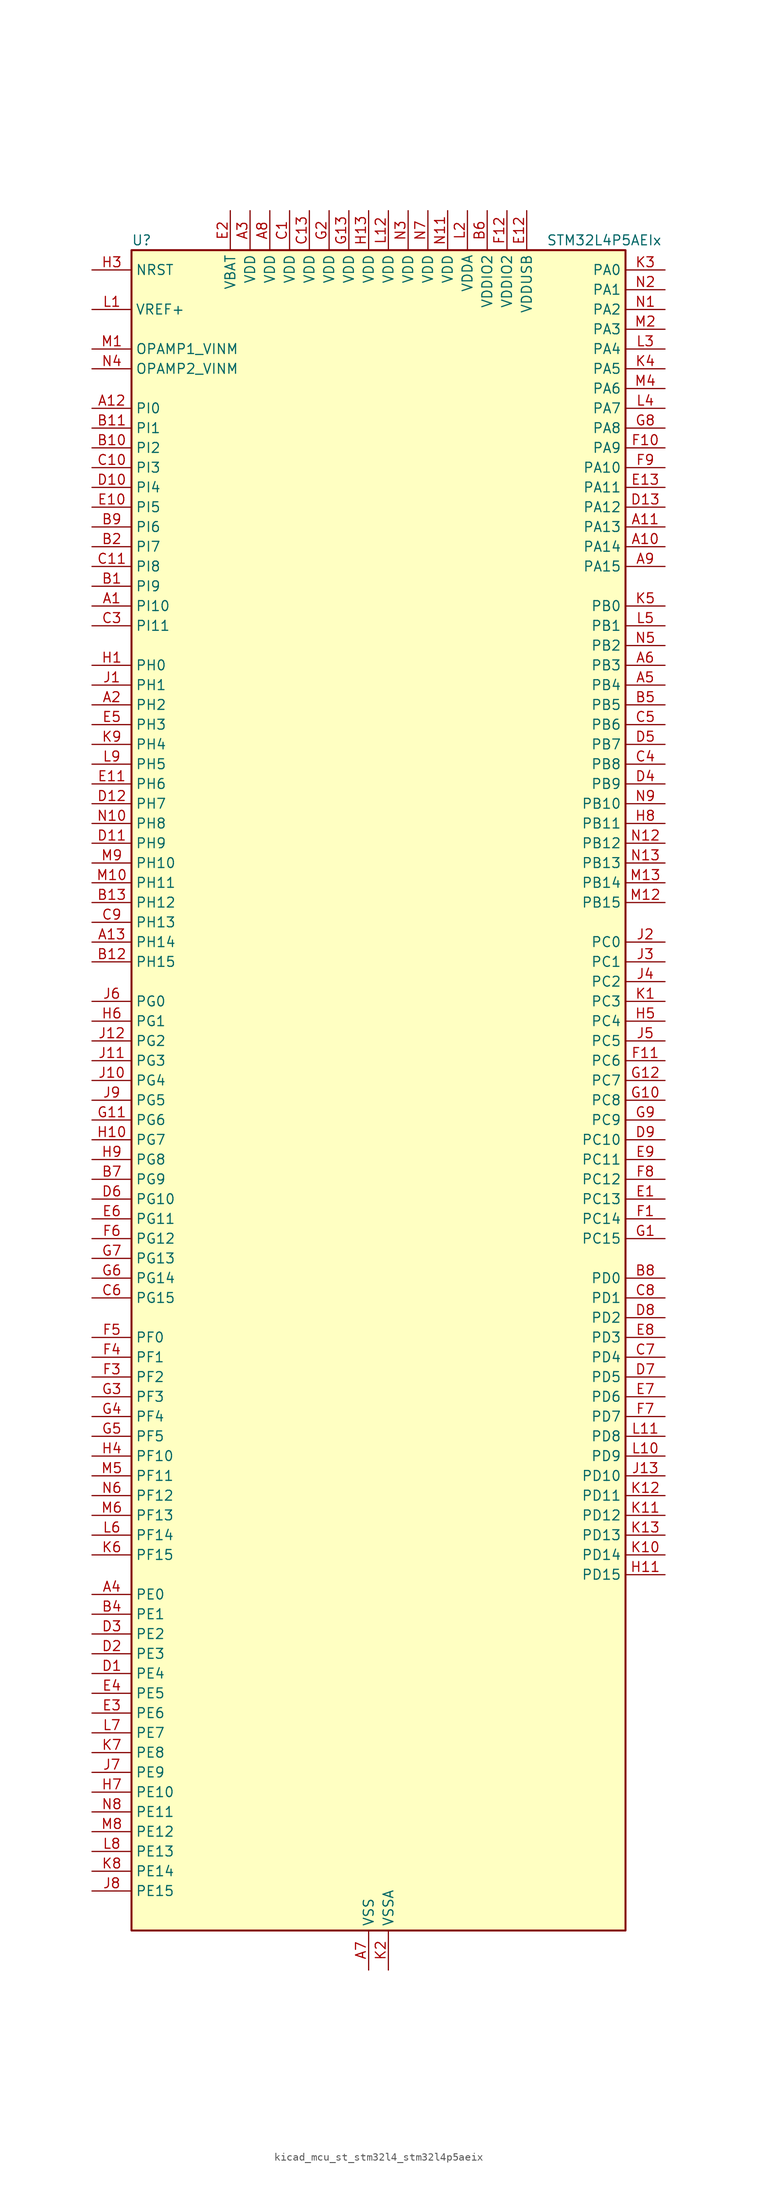
<source format=kicad_sym>
(kicad_symbol_lib
  (version 20220914)
  (generator kicad_symbol_editor)
  (symbol "kicad_mcu_st_stm32l4_stm32l4p5aeix"
    (property "Reference" "U"
      (at -30.48 110.49 0)
      (effects (font (size 1.27 1.27)) (justify left)))
    (property "Value" "STM32L4P5AEIx"
      (at 22.86 110.49 0)
      (effects (font (size 1.27 1.27)) (justify left)))
    (property "ki_locked" ""
      (at 0 0 0)
      (effects (font (size 1.27 1.27))))
    (symbol "kicad_mcu_st_stm32l4_stm32l4p5aeix_0_1"
      (rectangle (start -30.48 -106.68) (end 33.02 109.22) (stroke (width 0.254) (type default)) (fill (type background))))
    (symbol "kicad_mcu_st_stm32l4_stm32l4p5aeix_1_1"
      (pin bidirectional line (at -35.56 63.5 0) (length 5.08) (name "PI10" (effects (font (size 1.27 1.27)))) (number "A1" (effects (font (size 1.27 1.27)))) (alternate "OCTOSPIM_P2_IO1" bidirectional line) (alternate "PSSI_D14" bidirectional line))
      (pin bidirectional line (at 38.1 71.12 180) (length 5.08) (name "PA14" (effects (font (size 1.27 1.27)))) (number "A10" (effects (font (size 1.27 1.27)))) (alternate "I2C1_SMBA" bidirectional line) (alternate "I2C4_SMBA" bidirectional line) (alternate "LPTIM1_OUT" bidirectional line) (alternate "SAI1_FS_B" bidirectional line) (alternate "SYS_JTCK-SWCLK" bidirectional line) (alternate "USB_OTG_FS_SOF" bidirectional line))
      (pin bidirectional line (at 38.1 73.66 180) (length 5.08) (name "PA13" (effects (font (size 1.27 1.27)))) (number "A11" (effects (font (size 1.27 1.27)))) (alternate "IR_OUT" bidirectional line) (alternate "SAI1_SD_B" bidirectional line) (alternate "SYS_JTMS-SWDIO" bidirectional line) (alternate "USB_OTG_FS_NOE" bidirectional line))
      (pin bidirectional line (at -35.56 88.9 0) (length 5.08) (name "PI0" (effects (font (size 1.27 1.27)))) (number "A12" (effects (font (size 1.27 1.27)))) (alternate "DCMI_D13" bidirectional line) (alternate "OCTOSPIM_P1_IO5" bidirectional line) (alternate "PSSI_D13" bidirectional line) (alternate "SPI2_NSS" bidirectional line) (alternate "TIM5_CH4" bidirectional line))
      (pin bidirectional line (at -35.56 20.32 0) (length 5.08) (name "PH14" (effects (font (size 1.27 1.27)))) (number "A13" (effects (font (size 1.27 1.27)))) (alternate "DCMI_D4" bidirectional line) (alternate "PSSI_D4" bidirectional line) (alternate "TIM8_CH2N" bidirectional line))
      (pin bidirectional line (at -35.56 50.8 0) (length 5.08) (name "PH2" (effects (font (size 1.27 1.27)))) (number "A2" (effects (font (size 1.27 1.27)))) (alternate "OCTOSPIM_P1_IO4" bidirectional line))
      (pin power_in line (at -15.24 114.3 270) (length 5.08) (name "VDD" (effects (font (size 1.27 1.27)))) (number "A3" (effects (font (size 1.27 1.27)))))
      (pin bidirectional line (at -35.56 -63.5 0) (length 5.08) (name "PE0" (effects (font (size 1.27 1.27)))) (number "A4" (effects (font (size 1.27 1.27)))) (alternate "DCMI_D2" bidirectional line) (alternate "FMC_NBL0" bidirectional line) (alternate "LTDC_HSYNC" bidirectional line) (alternate "PSSI_D2" bidirectional line) (alternate "TIM16_CH1" bidirectional line) (alternate "TIM4_ETR" bidirectional line))
      (pin bidirectional line (at 38.1 53.34 180) (length 5.08) (name "PB4" (effects (font (size 1.27 1.27)))) (number "A5" (effects (font (size 1.27 1.27)))) (alternate "COMP2_INP" bidirectional line) (alternate "DCMI_D12" bidirectional line) (alternate "I2C3_SDA" bidirectional line) (alternate "OCTOSPIM_P1_IO5" bidirectional line) (alternate "PSSI_D12" bidirectional line) (alternate "SAI1_MCLK_B" bidirectional line) (alternate "SDMMC2_D3" bidirectional line) (alternate "SPI1_MISO" bidirectional line) (alternate "SPI3_MISO" bidirectional line) (alternate "SYS_JTRST" bidirectional line) (alternate "TIM17_BKIN" bidirectional line) (alternate "TIM3_CH1" bidirectional line) (alternate "TSC_G2_IO1" bidirectional line) (alternate "UART5_DE" bidirectional line) (alternate "UART5_RTS" bidirectional line) (alternate "USART1_CTS" bidirectional line) (alternate "USART1_NSS" bidirectional line))
      (pin bidirectional line (at 38.1 55.88 180) (length 5.08) (name "PB3" (effects (font (size 1.27 1.27)))) (number "A6" (effects (font (size 1.27 1.27)))) (alternate "COMP2_INM" bidirectional line) (alternate "CRS_SYNC" bidirectional line) (alternate "OCTOSPIM_P1_IO4" bidirectional line) (alternate "SAI1_SCK_B" bidirectional line) (alternate "SDMMC2_D2" bidirectional line) (alternate "SPI1_SCK" bidirectional line) (alternate "SPI3_SCK" bidirectional line) (alternate "SYS_JTDO-SWO" bidirectional line) (alternate "TIM2_CH2" bidirectional line) (alternate "USART1_DE" bidirectional line) (alternate "USART1_RTS" bidirectional line))
      (pin power_in line (at 0 -111.76 90) (length 5.08) (name "VSS" (effects (font (size 1.27 1.27)))) (number "A7" (effects (font (size 1.27 1.27)))))
      (pin power_in line (at -12.7 114.3 270) (length 5.08) (name "VDD" (effects (font (size 1.27 1.27)))) (number "A8" (effects (font (size 1.27 1.27)))))
      (pin bidirectional line (at 38.1 68.58 180) (length 5.08) (name "PA15" (effects (font (size 1.27 1.27)))) (number "A9" (effects (font (size 1.27 1.27)))) (alternate "ADC1_EXTI15" bidirectional line) (alternate "ADC2_EXTI15" bidirectional line) (alternate "LTDC_HSYNC" bidirectional line) (alternate "SAI2_FS_B" bidirectional line) (alternate "SPI1_NSS" bidirectional line) (alternate "SPI3_NSS" bidirectional line) (alternate "SYS_JTDI" bidirectional line) (alternate "TIM2_CH1" bidirectional line) (alternate "TIM2_ETR" bidirectional line) (alternate "TSC_G3_IO1" bidirectional line) (alternate "UART4_DE" bidirectional line) (alternate "UART4_RTS" bidirectional line) (alternate "USART2_RX" bidirectional line) (alternate "USART3_DE" bidirectional line) (alternate "USART3_RTS" bidirectional line))
      (pin bidirectional line (at -35.56 66.04 0) (length 5.08) (name "PI9" (effects (font (size 1.27 1.27)))) (number "B1" (effects (font (size 1.27 1.27)))) (alternate "CAN1_RX" bidirectional line) (alternate "DAC1_EXTI9" bidirectional line) (alternate "OCTOSPIM_P2_IO2" bidirectional line))
      (pin bidirectional line (at -35.56 83.82 0) (length 5.08) (name "PI2" (effects (font (size 1.27 1.27)))) (number "B10" (effects (font (size 1.27 1.27)))) (alternate "DCMI_D9" bidirectional line) (alternate "PSSI_D9" bidirectional line) (alternate "SPI2_MISO" bidirectional line) (alternate "TIM8_CH4" bidirectional line))
      (pin bidirectional line (at -35.56 86.36 0) (length 5.08) (name "PI1" (effects (font (size 1.27 1.27)))) (number "B11" (effects (font (size 1.27 1.27)))) (alternate "DCMI_D8" bidirectional line) (alternate "PSSI_D8" bidirectional line) (alternate "SPI2_SCK" bidirectional line))
      (pin bidirectional line (at -35.56 17.78 0) (length 5.08) (name "PH15" (effects (font (size 1.27 1.27)))) (number "B12" (effects (font (size 1.27 1.27)))) (alternate "ADC1_EXTI15" bidirectional line) (alternate "ADC2_EXTI15" bidirectional line) (alternate "DCMI_D11" bidirectional line) (alternate "OCTOSPIM_P2_IO6" bidirectional line) (alternate "PSSI_D11" bidirectional line) (alternate "TIM8_CH3N" bidirectional line))
      (pin bidirectional line (at -35.56 25.4 0) (length 5.08) (name "PH12" (effects (font (size 1.27 1.27)))) (number "B13" (effects (font (size 1.27 1.27)))) (alternate "DCMI_D3" bidirectional line) (alternate "OCTOSPIM_P2_IO7" bidirectional line) (alternate "PSSI_D3" bidirectional line) (alternate "TIM5_CH3" bidirectional line))
      (pin bidirectional line (at -35.56 71.12 0) (length 5.08) (name "PI7" (effects (font (size 1.27 1.27)))) (number "B2" (effects (font (size 1.27 1.27)))) (alternate "DCMI_D7" bidirectional line) (alternate "OCTOSPIM_P2_NCLK" bidirectional line) (alternate "PSSI_D7" bidirectional line) (alternate "TIM8_CH3" bidirectional line))
      (pin passive line (at 0 -111.76 90) (length 5.08) hide (name "VSS" (effects (font (size 1.27 1.27)))) (number "B3" (effects (font (size 1.27 1.27)))))
      (pin bidirectional line (at -35.56 -66.04 0) (length 5.08) (name "PE1" (effects (font (size 1.27 1.27)))) (number "B4" (effects (font (size 1.27 1.27)))) (alternate "DCMI_D3" bidirectional line) (alternate "FMC_NBL1" bidirectional line) (alternate "LTDC_VSYNC" bidirectional line) (alternate "PSSI_D3" bidirectional line) (alternate "TIM17_CH1" bidirectional line))
      (pin bidirectional line (at 38.1 50.8 180) (length 5.08) (name "PB5" (effects (font (size 1.27 1.27)))) (number "B5" (effects (font (size 1.27 1.27)))) (alternate "COMP2_OUT" bidirectional line) (alternate "DCMI_D10" bidirectional line) (alternate "I2C1_SMBA" bidirectional line) (alternate "LPTIM1_IN1" bidirectional line) (alternate "OCTOSPIM_P1_IO0" bidirectional line) (alternate "PSSI_D10" bidirectional line) (alternate "SAI1_SD_B" bidirectional line) (alternate "SPI1_MOSI" bidirectional line) (alternate "SPI3_MOSI" bidirectional line) (alternate "TIM16_BKIN" bidirectional line) (alternate "TIM3_CH2" bidirectional line) (alternate "TSC_G2_IO2" bidirectional line) (alternate "UART5_CTS" bidirectional line) (alternate "USART1_CK" bidirectional line))
      (pin power_in line (at 15.24 114.3 270) (length 5.08) (name "VDDIO2" (effects (font (size 1.27 1.27)))) (number "B6" (effects (font (size 1.27 1.27)))))
      (pin bidirectional line (at -35.56 -10.16 0) (length 5.08) (name "PG9" (effects (font (size 1.27 1.27)))) (number "B7" (effects (font (size 1.27 1.27)))) (alternate "DAC1_EXTI9" bidirectional line) (alternate "FMC_NCE" bidirectional line) (alternate "FMC_NE2" bidirectional line) (alternate "OCTOSPIM_P2_IO6" bidirectional line) (alternate "SAI2_SCK_A" bidirectional line) (alternate "SDMMC2_D0" bidirectional line) (alternate "SPI3_SCK" bidirectional line) (alternate "TIM15_CH1N" bidirectional line) (alternate "USART1_TX" bidirectional line))
      (pin bidirectional line (at 38.1 -22.86 180) (length 5.08) (name "PD0" (effects (font (size 1.27 1.27)))) (number "B8" (effects (font (size 1.27 1.27)))) (alternate "CAN1_RX" bidirectional line) (alternate "FMC_D2" bidirectional line) (alternate "FMC_DA2" bidirectional line) (alternate "LTDC_B4" bidirectional line) (alternate "SPI2_NSS" bidirectional line))
      (pin bidirectional line (at -35.56 73.66 0) (length 5.08) (name "PI6" (effects (font (size 1.27 1.27)))) (number "B9" (effects (font (size 1.27 1.27)))) (alternate "DCMI_D6" bidirectional line) (alternate "OCTOSPIM_P2_CLK" bidirectional line) (alternate "PSSI_D6" bidirectional line) (alternate "TIM8_CH2" bidirectional line))
      (pin power_in line (at -10.16 114.3 270) (length 5.08) (name "VDD" (effects (font (size 1.27 1.27)))) (number "C1" (effects (font (size 1.27 1.27)))))
      (pin bidirectional line (at -35.56 81.28 0) (length 5.08) (name "PI3" (effects (font (size 1.27 1.27)))) (number "C10" (effects (font (size 1.27 1.27)))) (alternate "DCMI_D10" bidirectional line) (alternate "PSSI_D10" bidirectional line) (alternate "SPI2_MOSI" bidirectional line) (alternate "TIM8_ETR" bidirectional line))
      (pin bidirectional line (at -35.56 68.58 0) (length 5.08) (name "PI8" (effects (font (size 1.27 1.27)))) (number "C11" (effects (font (size 1.27 1.27)))) (alternate "DCMI_D12" bidirectional line) (alternate "OCTOSPIM_P2_NCS" bidirectional line) (alternate "PSSI_D12" bidirectional line))
      (pin passive line (at 0 -111.76 90) (length 5.08) hide (name "VSS" (effects (font (size 1.27 1.27)))) (number "C12" (effects (font (size 1.27 1.27)))))
      (pin power_in line (at -7.62 114.3 270) (length 5.08) (name "VDD" (effects (font (size 1.27 1.27)))) (number "C13" (effects (font (size 1.27 1.27)))))
      (pin passive line (at 0 -111.76 90) (length 5.08) hide (name "VSS" (effects (font (size 1.27 1.27)))) (number "C2" (effects (font (size 1.27 1.27)))))
      (pin bidirectional line (at -35.56 60.96 0) (length 5.08) (name "PI11" (effects (font (size 1.27 1.27)))) (number "C3" (effects (font (size 1.27 1.27)))) (alternate "ADC1_EXTI11" bidirectional line) (alternate "ADC2_EXTI11" bidirectional line) (alternate "OCTOSPIM_P2_IO0" bidirectional line) (alternate "PSSI_D15" bidirectional line))
      (pin bidirectional line (at 38.1 43.18 180) (length 5.08) (name "PB8" (effects (font (size 1.27 1.27)))) (number "C4" (effects (font (size 1.27 1.27)))) (alternate "CAN1_RX" bidirectional line) (alternate "DCMI_D6" bidirectional line) (alternate "DFSDM1_CKOUT" bidirectional line) (alternate "I2C1_SCL" bidirectional line) (alternate "LTDC_DE" bidirectional line) (alternate "PSSI_D6" bidirectional line) (alternate "SAI1_CK1" bidirectional line) (alternate "SAI1_MCLK_A" bidirectional line) (alternate "SDMMC1_CKIN" bidirectional line) (alternate "SDMMC1_D4" bidirectional line) (alternate "SDMMC2_D4" bidirectional line) (alternate "TIM16_CH1" bidirectional line) (alternate "TIM4_CH3" bidirectional line))
      (pin bidirectional line (at 38.1 48.26 180) (length 5.08) (name "PB6" (effects (font (size 1.27 1.27)))) (number "C5" (effects (font (size 1.27 1.27)))) (alternate "COMP2_INP" bidirectional line) (alternate "DCMI_D5" bidirectional line) (alternate "I2C1_SCL" bidirectional line) (alternate "I2C4_SCL" bidirectional line) (alternate "LPTIM1_ETR" bidirectional line) (alternate "LTDC_R6" bidirectional line) (alternate "PSSI_D5" bidirectional line) (alternate "SAI1_FS_B" bidirectional line) (alternate "TIM16_CH1N" bidirectional line) (alternate "TIM4_CH1" bidirectional line) (alternate "TIM8_BKIN2" bidirectional line) (alternate "TSC_G2_IO3" bidirectional line) (alternate "USART1_TX" bidirectional line))
      (pin bidirectional line (at -35.56 -25.4 0) (length 5.08) (name "PG15" (effects (font (size 1.27 1.27)))) (number "C6" (effects (font (size 1.27 1.27)))) (alternate "ADC1_EXTI15" bidirectional line) (alternate "ADC2_EXTI15" bidirectional line) (alternate "DCMI_D13" bidirectional line) (alternate "I2C1_SMBA" bidirectional line) (alternate "LPTIM1_OUT" bidirectional line) (alternate "OCTOSPIM_P2_DQS" bidirectional line) (alternate "PSSI_D13" bidirectional line))
      (pin bidirectional line (at 38.1 -33.02 180) (length 5.08) (name "PD4" (effects (font (size 1.27 1.27)))) (number "C7" (effects (font (size 1.27 1.27)))) (alternate "DFSDM1_CKIN0" bidirectional line) (alternate "FMC_NOE" bidirectional line) (alternate "OCTOSPIM_P1_IO4" bidirectional line) (alternate "SDMMC2_CKIN" bidirectional line) (alternate "SPI2_MOSI" bidirectional line) (alternate "USART2_DE" bidirectional line) (alternate "USART2_RTS" bidirectional line))
      (pin bidirectional line (at 38.1 -25.4 180) (length 5.08) (name "PD1" (effects (font (size 1.27 1.27)))) (number "C8" (effects (font (size 1.27 1.27)))) (alternate "CAN1_TX" bidirectional line) (alternate "FMC_D3" bidirectional line) (alternate "FMC_DA3" bidirectional line) (alternate "LTDC_B5" bidirectional line) (alternate "SPI2_SCK" bidirectional line))
      (pin bidirectional line (at -35.56 22.86 0) (length 5.08) (name "PH13" (effects (font (size 1.27 1.27)))) (number "C9" (effects (font (size 1.27 1.27)))) (alternate "CAN1_TX" bidirectional line) (alternate "TIM8_CH1N" bidirectional line))
      (pin bidirectional line (at -35.56 -73.66 0) (length 5.08) (name "PE4" (effects (font (size 1.27 1.27)))) (number "D1" (effects (font (size 1.27 1.27)))) (alternate "DCMI_D4" bidirectional line) (alternate "DFSDM1_DATIN3" bidirectional line) (alternate "FMC_A20" bidirectional line) (alternate "LTDC_B7" bidirectional line) (alternate "PSSI_D4" bidirectional line) (alternate "SAI1_D2" bidirectional line) (alternate "SAI1_FS_A" bidirectional line) (alternate "SYS_TRACED1" bidirectional line) (alternate "TIM3_CH2" bidirectional line) (alternate "TSC_G7_IO3" bidirectional line))
      (pin bidirectional line (at -35.56 78.74 0) (length 5.08) (name "PI4" (effects (font (size 1.27 1.27)))) (number "D10" (effects (font (size 1.27 1.27)))) (alternate "DCMI_D5" bidirectional line) (alternate "PSSI_D5" bidirectional line) (alternate "TIM8_BKIN" bidirectional line))
      (pin bidirectional line (at -35.56 33.02 0) (length 5.08) (name "PH9" (effects (font (size 1.27 1.27)))) (number "D11" (effects (font (size 1.27 1.27)))) (alternate "DAC1_EXTI9" bidirectional line) (alternate "DCMI_D0" bidirectional line) (alternate "I2C3_SMBA" bidirectional line) (alternate "OCTOSPIM_P2_IO4" bidirectional line) (alternate "PSSI_D0" bidirectional line))
      (pin bidirectional line (at -35.56 38.1 0) (length 5.08) (name "PH7" (effects (font (size 1.27 1.27)))) (number "D12" (effects (font (size 1.27 1.27)))) (alternate "DCMI_D9" bidirectional line) (alternate "I2C3_SCL" bidirectional line) (alternate "OCTOSPIM_P2_NCLK" bidirectional line) (alternate "PSSI_D9" bidirectional line))
      (pin bidirectional line (at 38.1 76.2 180) (length 5.08) (name "PA12" (effects (font (size 1.27 1.27)))) (number "D13" (effects (font (size 1.27 1.27)))) (alternate "CAN1_TX" bidirectional line) (alternate "LTDC_VSYNC" bidirectional line) (alternate "OCTOSPIM_P2_NCS" bidirectional line) (alternate "SPI1_MOSI" bidirectional line) (alternate "TIM1_ETR" bidirectional line) (alternate "USART1_DE" bidirectional line) (alternate "USART1_RTS" bidirectional line) (alternate "USB_OTG_FS_DP" bidirectional line))
      (pin bidirectional line (at -35.56 -71.12 0) (length 5.08) (name "PE3" (effects (font (size 1.27 1.27)))) (number "D2" (effects (font (size 1.27 1.27)))) (alternate "FMC_A19" bidirectional line) (alternate "LTDC_R6" bidirectional line) (alternate "OCTOSPIM_P1_DQS" bidirectional line) (alternate "SAI1_SD_B" bidirectional line) (alternate "SYS_TRACED0" bidirectional line) (alternate "TIM3_CH1" bidirectional line) (alternate "TSC_G7_IO2" bidirectional line))
      (pin bidirectional line (at -35.56 -68.58 0) (length 5.08) (name "PE2" (effects (font (size 1.27 1.27)))) (number "D3" (effects (font (size 1.27 1.27)))) (alternate "FMC_A23" bidirectional line) (alternate "LTDC_R7" bidirectional line) (alternate "SAI1_CK1" bidirectional line) (alternate "SAI1_MCLK_A" bidirectional line) (alternate "SYS_TRACECLK" bidirectional line) (alternate "TIM3_ETR" bidirectional line) (alternate "TSC_G7_IO1" bidirectional line))
      (pin bidirectional line (at 38.1 40.64 180) (length 5.08) (name "PB9" (effects (font (size 1.27 1.27)))) (number "D4" (effects (font (size 1.27 1.27)))) (alternate "CAN1_TX" bidirectional line) (alternate "DAC1_EXTI9" bidirectional line) (alternate "DCMI_D7" bidirectional line) (alternate "I2C1_SDA" bidirectional line) (alternate "IR_OUT" bidirectional line) (alternate "PSSI_D7" bidirectional line) (alternate "SAI1_D2" bidirectional line) (alternate "SAI1_FS_A" bidirectional line) (alternate "SDMMC1_CDIR" bidirectional line) (alternate "SDMMC1_D5" bidirectional line) (alternate "SDMMC2_D5" bidirectional line) (alternate "SPI2_NSS" bidirectional line) (alternate "TIM17_CH1" bidirectional line) (alternate "TIM4_CH4" bidirectional line))
      (pin bidirectional line (at 38.1 45.72 180) (length 5.08) (name "PB7" (effects (font (size 1.27 1.27)))) (number "D5" (effects (font (size 1.27 1.27)))) (alternate "COMP2_INM" bidirectional line) (alternate "DCMI_VSYNC" bidirectional line) (alternate "FMC_NL" bidirectional line) (alternate "I2C1_SDA" bidirectional line) (alternate "I2C4_SDA" bidirectional line) (alternate "LPTIM1_IN2" bidirectional line) (alternate "LTDC_VSYNC" bidirectional line) (alternate "PSSI_RDY" bidirectional line) (alternate "SYS_PVD_IN" bidirectional line) (alternate "TIM17_CH1N" bidirectional line) (alternate "TIM4_CH2" bidirectional line) (alternate "TIM8_BKIN" bidirectional line) (alternate "TSC_G2_IO4" bidirectional line) (alternate "UART4_CTS" bidirectional line) (alternate "USART1_RX" bidirectional line))
      (pin bidirectional line (at -35.56 -12.7 0) (length 5.08) (name "PG10" (effects (font (size 1.27 1.27)))) (number "D6" (effects (font (size 1.27 1.27)))) (alternate "FMC_NE3" bidirectional line) (alternate "LPTIM1_IN1" bidirectional line) (alternate "OCTOSPIM_P2_IO7" bidirectional line) (alternate "SAI2_FS_A" bidirectional line) (alternate "SDMMC2_D1" bidirectional line) (alternate "SPI3_MISO" bidirectional line) (alternate "TIM15_CH1" bidirectional line) (alternate "USART1_RX" bidirectional line))
      (pin bidirectional line (at 38.1 -35.56 180) (length 5.08) (name "PD5" (effects (font (size 1.27 1.27)))) (number "D7" (effects (font (size 1.27 1.27)))) (alternate "FMC_NWE" bidirectional line) (alternate "OCTOSPIM_P1_IO5" bidirectional line) (alternate "USART2_TX" bidirectional line))
      (pin bidirectional line (at 38.1 -27.94 180) (length 5.08) (name "PD2" (effects (font (size 1.27 1.27)))) (number "D8" (effects (font (size 1.27 1.27)))) (alternate "DCMI_D11" bidirectional line) (alternate "PSSI_D11" bidirectional line) (alternate "SDMMC1_CMD" bidirectional line) (alternate "SYS_TRACED2" bidirectional line) (alternate "TIM3_ETR" bidirectional line) (alternate "TSC_SYNC" bidirectional line) (alternate "UART5_RX" bidirectional line) (alternate "USART3_DE" bidirectional line) (alternate "USART3_RTS" bidirectional line))
      (pin bidirectional line (at 38.1 -5.08 180) (length 5.08) (name "PC10" (effects (font (size 1.27 1.27)))) (number "D9" (effects (font (size 1.27 1.27)))) (alternate "DCMI_D8" bidirectional line) (alternate "DCMI_VSYNC" bidirectional line) (alternate "PSSI_D8" bidirectional line) (alternate "PSSI_RDY" bidirectional line) (alternate "SAI2_SCK_B" bidirectional line) (alternate "SDMMC1_D2" bidirectional line) (alternate "SPI3_SCK" bidirectional line) (alternate "SYS_TRACED1" bidirectional line) (alternate "TSC_G3_IO2" bidirectional line) (alternate "UART4_TX" bidirectional line) (alternate "USART3_TX" bidirectional line))
      (pin bidirectional line (at 38.1 -12.7 180) (length 5.08) (name "PC13" (effects (font (size 1.27 1.27)))) (number "E1" (effects (font (size 1.27 1.27)))) (alternate "RTC_OUT1" bidirectional line) (alternate "RTC_TAMP1" bidirectional line) (alternate "RTC_TS" bidirectional line) (alternate "SYS_WKUP2" bidirectional line))
      (pin bidirectional line (at -35.56 76.2 0) (length 5.08) (name "PI5" (effects (font (size 1.27 1.27)))) (number "E10" (effects (font (size 1.27 1.27)))) (alternate "DCMI_VSYNC" bidirectional line) (alternate "OCTOSPIM_P2_NCS" bidirectional line) (alternate "PSSI_RDY" bidirectional line) (alternate "TIM8_CH1" bidirectional line))
      (pin bidirectional line (at -35.56 40.64 0) (length 5.08) (name "PH6" (effects (font (size 1.27 1.27)))) (number "E11" (effects (font (size 1.27 1.27)))) (alternate "DCMI_D8" bidirectional line) (alternate "I2C2_SMBA" bidirectional line) (alternate "OCTOSPIM_P2_CLK" bidirectional line) (alternate "PSSI_D8" bidirectional line))
      (pin power_in line (at 20.32 114.3 270) (length 5.08) (name "VDDUSB" (effects (font (size 1.27 1.27)))) (number "E12" (effects (font (size 1.27 1.27)))))
      (pin bidirectional line (at 38.1 78.74 180) (length 5.08) (name "PA11" (effects (font (size 1.27 1.27)))) (number "E13" (effects (font (size 1.27 1.27)))) (alternate "ADC1_EXTI11" bidirectional line) (alternate "ADC2_EXTI11" bidirectional line) (alternate "CAN1_RX" bidirectional line) (alternate "LTDC_DE" bidirectional line) (alternate "SPI1_MISO" bidirectional line) (alternate "TIM1_BKIN2" bidirectional line) (alternate "TIM1_CH4" bidirectional line) (alternate "USART1_CTS" bidirectional line) (alternate "USART1_NSS" bidirectional line) (alternate "USB_OTG_FS_DM" bidirectional line))
      (pin power_in line (at -17.78 114.3 270) (length 5.08) (name "VBAT" (effects (font (size 1.27 1.27)))) (number "E2" (effects (font (size 1.27 1.27)))))
      (pin bidirectional line (at -35.56 -78.74 0) (length 5.08) (name "PE6" (effects (font (size 1.27 1.27)))) (number "E3" (effects (font (size 1.27 1.27)))) (alternate "DCMI_D7" bidirectional line) (alternate "FMC_A22" bidirectional line) (alternate "LTDC_G6" bidirectional line) (alternate "PSSI_D7" bidirectional line) (alternate "RTC_TAMP3" bidirectional line) (alternate "SAI1_D1" bidirectional line) (alternate "SAI1_SD_A" bidirectional line) (alternate "SYS_TRACED3" bidirectional line) (alternate "SYS_WKUP3" bidirectional line) (alternate "TIM3_CH4" bidirectional line))
      (pin bidirectional line (at -35.56 -76.2 0) (length 5.08) (name "PE5" (effects (font (size 1.27 1.27)))) (number "E4" (effects (font (size 1.27 1.27)))) (alternate "DCMI_D6" bidirectional line) (alternate "DFSDM1_CKIN3" bidirectional line) (alternate "FMC_A21" bidirectional line) (alternate "LTDC_G7" bidirectional line) (alternate "PSSI_D6" bidirectional line) (alternate "SAI1_CK2" bidirectional line) (alternate "SAI1_SCK_A" bidirectional line) (alternate "SYS_TRACED2" bidirectional line) (alternate "TIM3_CH3" bidirectional line) (alternate "TSC_G7_IO4" bidirectional line))
      (pin bidirectional line (at -35.56 48.26 0) (length 5.08) (name "PH3" (effects (font (size 1.27 1.27)))) (number "E5" (effects (font (size 1.27 1.27)))))
      (pin bidirectional line (at -35.56 -15.24 0) (length 5.08) (name "PG11" (effects (font (size 1.27 1.27)))) (number "E6" (effects (font (size 1.27 1.27)))) (alternate "ADC1_EXTI11" bidirectional line) (alternate "ADC2_EXTI11" bidirectional line) (alternate "LPTIM1_IN2" bidirectional line) (alternate "OCTOSPIM_P1_IO5" bidirectional line) (alternate "SAI2_MCLK_A" bidirectional line) (alternate "SDMMC2_D2" bidirectional line) (alternate "SPI3_MOSI" bidirectional line) (alternate "TIM15_CH2" bidirectional line) (alternate "USART1_CTS" bidirectional line) (alternate "USART1_NSS" bidirectional line))
      (pin bidirectional line (at 38.1 -38.1 180) (length 5.08) (name "PD6" (effects (font (size 1.27 1.27)))) (number "E7" (effects (font (size 1.27 1.27)))) (alternate "DCMI_D10" bidirectional line) (alternate "DFSDM1_DATIN1" bidirectional line) (alternate "FMC_NWAIT" bidirectional line) (alternate "LTDC_DE" bidirectional line) (alternate "OCTOSPIM_P1_IO6" bidirectional line) (alternate "PSSI_D10" bidirectional line) (alternate "SAI1_D1" bidirectional line) (alternate "SAI1_SD_A" bidirectional line) (alternate "SDMMC2_CK" bidirectional line) (alternate "SPI3_MOSI" bidirectional line) (alternate "USART2_RX" bidirectional line))
      (pin bidirectional line (at 38.1 -30.48 180) (length 5.08) (name "PD3" (effects (font (size 1.27 1.27)))) (number "E8" (effects (font (size 1.27 1.27)))) (alternate "DCMI_D5" bidirectional line) (alternate "DFSDM1_DATIN0" bidirectional line) (alternate "FMC_CLK" bidirectional line) (alternate "LTDC_CLK" bidirectional line) (alternate "OCTOSPIM_P2_NCS" bidirectional line) (alternate "PSSI_D5" bidirectional line) (alternate "SPI2_MISO" bidirectional line) (alternate "SPI2_SCK" bidirectional line) (alternate "USART2_CTS" bidirectional line) (alternate "USART2_NSS" bidirectional line))
      (pin bidirectional line (at 38.1 -7.62 180) (length 5.08) (name "PC11" (effects (font (size 1.27 1.27)))) (number "E9" (effects (font (size 1.27 1.27)))) (alternate "ADC1_EXTI11" bidirectional line) (alternate "ADC2_EXTI11" bidirectional line) (alternate "DCMI_D2" bidirectional line) (alternate "DCMI_D4" bidirectional line) (alternate "OCTOSPIM_P1_NCS" bidirectional line) (alternate "PSSI_D2" bidirectional line) (alternate "PSSI_D4" bidirectional line) (alternate "SAI2_MCLK_B" bidirectional line) (alternate "SDMMC1_D3" bidirectional line) (alternate "SPI3_MISO" bidirectional line) (alternate "TSC_G3_IO3" bidirectional line) (alternate "UART4_RX" bidirectional line) (alternate "USART3_RX" bidirectional line))
      (pin bidirectional line (at 38.1 -15.24 180) (length 5.08) (name "PC14" (effects (font (size 1.27 1.27)))) (number "F1" (effects (font (size 1.27 1.27)))) (alternate "RCC_OSC32_IN" bidirectional line))
      (pin bidirectional line (at 38.1 83.82 180) (length 5.08) (name "PA9" (effects (font (size 1.27 1.27)))) (number "F10" (effects (font (size 1.27 1.27)))) (alternate "DAC1_EXTI9" bidirectional line) (alternate "DCMI_D0" bidirectional line) (alternate "LTDC_G7" bidirectional line) (alternate "PSSI_D0" bidirectional line) (alternate "SAI1_FS_A" bidirectional line) (alternate "SPI2_SCK" bidirectional line) (alternate "TIM15_BKIN" bidirectional line) (alternate "TIM1_CH2" bidirectional line) (alternate "USART1_TX" bidirectional line) (alternate "USB_OTG_FS_VBUS" bidirectional line))
      (pin bidirectional line (at 38.1 5.08 180) (length 5.08) (name "PC6" (effects (font (size 1.27 1.27)))) (number "F11" (effects (font (size 1.27 1.27)))) (alternate "DCMI_D0" bidirectional line) (alternate "DFSDM1_CKIN3" bidirectional line) (alternate "LTDC_G7" bidirectional line) (alternate "PSSI_D0" bidirectional line) (alternate "SAI2_MCLK_A" bidirectional line) (alternate "SDMMC1_D0DIR" bidirectional line) (alternate "SDMMC1_D6" bidirectional line) (alternate "SDMMC2_D6" bidirectional line) (alternate "TIM3_CH1" bidirectional line) (alternate "TIM8_CH1" bidirectional line) (alternate "TSC_G4_IO1" bidirectional line))
      (pin power_in line (at 17.78 114.3 270) (length 5.08) (name "VDDIO2" (effects (font (size 1.27 1.27)))) (number "F12" (effects (font (size 1.27 1.27)))))
      (pin passive line (at 0 -111.76 90) (length 5.08) hide (name "VSS" (effects (font (size 1.27 1.27)))) (number "F13" (effects (font (size 1.27 1.27)))))
      (pin passive line (at 0 -111.76 90) (length 5.08) hide (name "VSS" (effects (font (size 1.27 1.27)))) (number "F2" (effects (font (size 1.27 1.27)))))
      (pin bidirectional line (at -35.56 -35.56 0) (length 5.08) (name "PF2" (effects (font (size 1.27 1.27)))) (number "F3" (effects (font (size 1.27 1.27)))) (alternate "FMC_A2" bidirectional line) (alternate "I2C2_SMBA" bidirectional line) (alternate "OCTOSPIM_P2_IO2" bidirectional line))
      (pin bidirectional line (at -35.56 -33.02 0) (length 5.08) (name "PF1" (effects (font (size 1.27 1.27)))) (number "F4" (effects (font (size 1.27 1.27)))) (alternate "FMC_A1" bidirectional line) (alternate "I2C2_SCL" bidirectional line) (alternate "OCTOSPIM_P2_IO1" bidirectional line))
      (pin bidirectional line (at -35.56 -30.48 0) (length 5.08) (name "PF0" (effects (font (size 1.27 1.27)))) (number "F5" (effects (font (size 1.27 1.27)))) (alternate "FMC_A0" bidirectional line) (alternate "I2C2_SDA" bidirectional line) (alternate "OCTOSPIM_P2_IO0" bidirectional line))
      (pin bidirectional line (at -35.56 -17.78 0) (length 5.08) (name "PG12" (effects (font (size 1.27 1.27)))) (number "F6" (effects (font (size 1.27 1.27)))) (alternate "FMC_NE4" bidirectional line) (alternate "LPTIM1_ETR" bidirectional line) (alternate "OCTOSPIM_P2_NCS" bidirectional line) (alternate "SAI2_SD_A" bidirectional line) (alternate "SDMMC2_D3" bidirectional line) (alternate "SPI3_NSS" bidirectional line) (alternate "USART1_DE" bidirectional line) (alternate "USART1_RTS" bidirectional line))
      (pin bidirectional line (at 38.1 -40.64 180) (length 5.08) (name "PD7" (effects (font (size 1.27 1.27)))) (number "F7" (effects (font (size 1.27 1.27)))) (alternate "DFSDM1_CKIN1" bidirectional line) (alternate "FMC_NCE" bidirectional line) (alternate "FMC_NE1" bidirectional line) (alternate "OCTOSPIM_P1_IO7" bidirectional line) (alternate "SDMMC2_CMD" bidirectional line) (alternate "USART2_CK" bidirectional line))
      (pin bidirectional line (at 38.1 -10.16 180) (length 5.08) (name "PC12" (effects (font (size 1.27 1.27)))) (number "F8" (effects (font (size 1.27 1.27)))) (alternate "DCMI_D9" bidirectional line) (alternate "LTDC_R6" bidirectional line) (alternate "PSSI_D9" bidirectional line) (alternate "SAI2_SD_B" bidirectional line) (alternate "SDMMC1_CK" bidirectional line) (alternate "SPI3_MOSI" bidirectional line) (alternate "SYS_TRACED3" bidirectional line) (alternate "TSC_G3_IO4" bidirectional line) (alternate "UART5_TX" bidirectional line) (alternate "USART3_CK" bidirectional line))
      (pin bidirectional line (at 38.1 81.28 180) (length 5.08) (name "PA10" (effects (font (size 1.27 1.27)))) (number "F9" (effects (font (size 1.27 1.27)))) (alternate "DCMI_D1" bidirectional line) (alternate "LTDC_G6" bidirectional line) (alternate "PSSI_D1" bidirectional line) (alternate "SAI1_D1" bidirectional line) (alternate "SAI1_SD_A" bidirectional line) (alternate "TIM17_BKIN" bidirectional line) (alternate "TIM1_CH3" bidirectional line) (alternate "USART1_RX" bidirectional line) (alternate "USB_OTG_FS_ID" bidirectional line))
      (pin bidirectional line (at 38.1 -17.78 180) (length 5.08) (name "PC15" (effects (font (size 1.27 1.27)))) (number "G1" (effects (font (size 1.27 1.27)))) (alternate "ADC1_EXTI15" bidirectional line) (alternate "ADC2_EXTI15" bidirectional line) (alternate "RCC_OSC32_OUT" bidirectional line))
      (pin bidirectional line (at 38.1 0 180) (length 5.08) (name "PC8" (effects (font (size 1.27 1.27)))) (number "G10" (effects (font (size 1.27 1.27)))) (alternate "DCMI_D2" bidirectional line) (alternate "PSSI_D2" bidirectional line) (alternate "SDMMC1_D0" bidirectional line) (alternate "TIM3_CH3" bidirectional line) (alternate "TIM8_CH3" bidirectional line) (alternate "TSC_G4_IO3" bidirectional line))
      (pin bidirectional line (at -35.56 -2.54 0) (length 5.08) (name "PG6" (effects (font (size 1.27 1.27)))) (number "G11" (effects (font (size 1.27 1.27)))) (alternate "I2C3_SMBA" bidirectional line) (alternate "LPUART1_DE" bidirectional line) (alternate "LPUART1_RTS" bidirectional line) (alternate "LTDC_R1" bidirectional line) (alternate "OCTOSPIM_P1_DQS" bidirectional line))
      (pin bidirectional line (at 38.1 2.54 180) (length 5.08) (name "PC7" (effects (font (size 1.27 1.27)))) (number "G12" (effects (font (size 1.27 1.27)))) (alternate "DCMI_D1" bidirectional line) (alternate "DFSDM1_DATIN3" bidirectional line) (alternate "LTDC_B6" bidirectional line) (alternate "PSSI_D1" bidirectional line) (alternate "SAI2_MCLK_B" bidirectional line) (alternate "SDMMC1_D123DIR" bidirectional line) (alternate "SDMMC1_D7" bidirectional line) (alternate "SDMMC2_D7" bidirectional line) (alternate "TIM3_CH2" bidirectional line) (alternate "TIM8_CH2" bidirectional line) (alternate "TSC_G4_IO2" bidirectional line))
      (pin power_in line (at -2.54 114.3 270) (length 5.08) (name "VDD" (effects (font (size 1.27 1.27)))) (number "G13" (effects (font (size 1.27 1.27)))))
      (pin power_in line (at -5.08 114.3 270) (length 5.08) (name "VDD" (effects (font (size 1.27 1.27)))) (number "G2" (effects (font (size 1.27 1.27)))))
      (pin bidirectional line (at -35.56 -38.1 0) (length 5.08) (name "PF3" (effects (font (size 1.27 1.27)))) (number "G3" (effects (font (size 1.27 1.27)))) (alternate "FMC_A3" bidirectional line) (alternate "OCTOSPIM_P2_IO3" bidirectional line))
      (pin bidirectional line (at -35.56 -40.64 0) (length 5.08) (name "PF4" (effects (font (size 1.27 1.27)))) (number "G4" (effects (font (size 1.27 1.27)))) (alternate "FMC_A4" bidirectional line) (alternate "OCTOSPIM_P2_CLK" bidirectional line))
      (pin bidirectional line (at -35.56 -43.18 0) (length 5.08) (name "PF5" (effects (font (size 1.27 1.27)))) (number "G5" (effects (font (size 1.27 1.27)))) (alternate "FMC_A5" bidirectional line) (alternate "OCTOSPIM_P2_NCLK" bidirectional line))
      (pin bidirectional line (at -35.56 -22.86 0) (length 5.08) (name "PG14" (effects (font (size 1.27 1.27)))) (number "G6" (effects (font (size 1.27 1.27)))) (alternate "FMC_A25" bidirectional line) (alternate "I2C1_SCL" bidirectional line) (alternate "LTDC_R1" bidirectional line))
      (pin bidirectional line (at -35.56 -20.32 0) (length 5.08) (name "PG13" (effects (font (size 1.27 1.27)))) (number "G7" (effects (font (size 1.27 1.27)))) (alternate "FMC_A24" bidirectional line) (alternate "I2C1_SDA" bidirectional line) (alternate "LTDC_R0" bidirectional line) (alternate "USART1_CK" bidirectional line))
      (pin bidirectional line (at 38.1 86.36 180) (length 5.08) (name "PA8" (effects (font (size 1.27 1.27)))) (number "G8" (effects (font (size 1.27 1.27)))) (alternate "LPTIM2_OUT" bidirectional line) (alternate "LTDC_B7" bidirectional line) (alternate "RCC_MCO" bidirectional line) (alternate "SAI1_CK2" bidirectional line) (alternate "SAI1_SCK_A" bidirectional line) (alternate "TIM1_CH1" bidirectional line) (alternate "USART1_CK" bidirectional line) (alternate "USB_OTG_FS_SOF" bidirectional line))
      (pin bidirectional line (at 38.1 -2.54 180) (length 5.08) (name "PC9" (effects (font (size 1.27 1.27)))) (number "G9" (effects (font (size 1.27 1.27)))) (alternate "DAC1_EXTI9" bidirectional line) (alternate "DCMI_D3" bidirectional line) (alternate "I2C3_SDA" bidirectional line) (alternate "PSSI_D3" bidirectional line) (alternate "SAI2_EXTCLK" bidirectional line) (alternate "SDMMC1_D1" bidirectional line) (alternate "SYS_TRACED0" bidirectional line) (alternate "TIM3_CH4" bidirectional line) (alternate "TIM8_BKIN2" bidirectional line) (alternate "TIM8_CH4" bidirectional line) (alternate "TSC_G4_IO4" bidirectional line) (alternate "USB_OTG_FS_NOE" bidirectional line))
      (pin bidirectional line (at -35.56 55.88 0) (length 5.08) (name "PH0" (effects (font (size 1.27 1.27)))) (number "H1" (effects (font (size 1.27 1.27)))) (alternate "RCC_OSC_IN" bidirectional line))
      (pin bidirectional line (at -35.56 -5.08 0) (length 5.08) (name "PG7" (effects (font (size 1.27 1.27)))) (number "H10" (effects (font (size 1.27 1.27)))) (alternate "DFSDM1_CKOUT" bidirectional line) (alternate "FMC_INT" bidirectional line) (alternate "I2C3_SCL" bidirectional line) (alternate "LPUART1_TX" bidirectional line) (alternate "OCTOSPIM_P2_DQS" bidirectional line) (alternate "SAI1_CK1" bidirectional line) (alternate "SAI1_MCLK_A" bidirectional line))
      (pin bidirectional line (at 38.1 -60.96 180) (length 5.08) (name "PD15" (effects (font (size 1.27 1.27)))) (number "H11" (effects (font (size 1.27 1.27)))) (alternate "ADC1_EXTI15" bidirectional line) (alternate "ADC2_EXTI15" bidirectional line) (alternate "FMC_D1" bidirectional line) (alternate "FMC_DA1" bidirectional line) (alternate "LTDC_B3" bidirectional line) (alternate "TIM4_CH4" bidirectional line))
      (pin passive line (at 0 -111.76 90) (length 5.08) hide (name "VSS" (effects (font (size 1.27 1.27)))) (number "H12" (effects (font (size 1.27 1.27)))))
      (pin power_in line (at 0 114.3 270) (length 5.08) (name "VDD" (effects (font (size 1.27 1.27)))) (number "H13" (effects (font (size 1.27 1.27)))))
      (pin passive line (at 0 -111.76 90) (length 5.08) hide (name "VSS" (effects (font (size 1.27 1.27)))) (number "H2" (effects (font (size 1.27 1.27)))))
      (pin input line (at -35.56 106.68 0) (length 5.08) (name "NRST" (effects (font (size 1.27 1.27)))) (number "H3" (effects (font (size 1.27 1.27)))))
      (pin bidirectional line (at -35.56 -45.72 0) (length 5.08) (name "PF10" (effects (font (size 1.27 1.27)))) (number "H4" (effects (font (size 1.27 1.27)))) (alternate "DCMI_D11" bidirectional line) (alternate "DFSDM1_CKOUT" bidirectional line) (alternate "OCTOSPIM_P1_CLK" bidirectional line) (alternate "PSSI_D11" bidirectional line) (alternate "PSSI_D15" bidirectional line) (alternate "SAI1_D3" bidirectional line) (alternate "TIM15_CH2" bidirectional line))
      (pin bidirectional line (at 38.1 10.16 180) (length 5.08) (name "PC4" (effects (font (size 1.27 1.27)))) (number "H5" (effects (font (size 1.27 1.27)))) (alternate "ADC1_IN13" bidirectional line) (alternate "ADC2_IN13" bidirectional line) (alternate "COMP1_INM" bidirectional line) (alternate "OCTOSPIM_P1_IO7" bidirectional line) (alternate "OCTOSPIM_P2_NCS" bidirectional line) (alternate "USART3_TX" bidirectional line))
      (pin bidirectional line (at -35.56 10.16 0) (length 5.08) (name "PG1" (effects (font (size 1.27 1.27)))) (number "H6" (effects (font (size 1.27 1.27)))) (alternate "FMC_A11" bidirectional line) (alternate "OCTOSPIM_P2_IO5" bidirectional line) (alternate "TSC_G8_IO4" bidirectional line))
      (pin bidirectional line (at -35.56 -88.9 0) (length 5.08) (name "PE10" (effects (font (size 1.27 1.27)))) (number "H7" (effects (font (size 1.27 1.27)))) (alternate "FMC_D7" bidirectional line) (alternate "FMC_DA7" bidirectional line) (alternate "LTDC_G3" bidirectional line) (alternate "OCTOSPIM_P1_CLK" bidirectional line) (alternate "SAI1_MCLK_B" bidirectional line) (alternate "TIM1_CH2N" bidirectional line) (alternate "TSC_G5_IO1" bidirectional line))
      (pin bidirectional line (at 38.1 35.56 180) (length 5.08) (name "PB11" (effects (font (size 1.27 1.27)))) (number "H8" (effects (font (size 1.27 1.27)))) (alternate "ADC1_EXTI11" bidirectional line) (alternate "ADC2_EXTI11" bidirectional line) (alternate "COMP2_OUT" bidirectional line) (alternate "I2C2_SDA" bidirectional line) (alternate "I2C4_SDA" bidirectional line) (alternate "LPUART1_TX" bidirectional line) (alternate "LTDC_VSYNC" bidirectional line) (alternate "OCTOSPIM_P1_NCS" bidirectional line) (alternate "TIM2_CH4" bidirectional line) (alternate "USART3_RX" bidirectional line))
      (pin bidirectional line (at -35.56 -7.62 0) (length 5.08) (name "PG8" (effects (font (size 1.27 1.27)))) (number "H9" (effects (font (size 1.27 1.27)))) (alternate "I2C3_SDA" bidirectional line) (alternate "LPUART1_RX" bidirectional line))
      (pin bidirectional line (at -35.56 53.34 0) (length 5.08) (name "PH1" (effects (font (size 1.27 1.27)))) (number "J1" (effects (font (size 1.27 1.27)))) (alternate "RCC_OSC_OUT" bidirectional line))
      (pin bidirectional line (at -35.56 2.54 0) (length 5.08) (name "PG4" (effects (font (size 1.27 1.27)))) (number "J10" (effects (font (size 1.27 1.27)))) (alternate "FMC_A14" bidirectional line) (alternate "SAI2_MCLK_B" bidirectional line) (alternate "SDMMC2_D6" bidirectional line) (alternate "SPI1_MOSI" bidirectional line))
      (pin bidirectional line (at -35.56 5.08 0) (length 5.08) (name "PG3" (effects (font (size 1.27 1.27)))) (number "J11" (effects (font (size 1.27 1.27)))) (alternate "FMC_A13" bidirectional line) (alternate "SAI2_FS_B" bidirectional line) (alternate "SDMMC2_D5" bidirectional line) (alternate "SPI1_MISO" bidirectional line))
      (pin bidirectional line (at -35.56 7.62 0) (length 5.08) (name "PG2" (effects (font (size 1.27 1.27)))) (number "J12" (effects (font (size 1.27 1.27)))) (alternate "FMC_A12" bidirectional line) (alternate "SAI2_SCK_B" bidirectional line) (alternate "SDMMC2_D4" bidirectional line) (alternate "SPI1_SCK" bidirectional line))
      (pin bidirectional line (at 38.1 -48.26 180) (length 5.08) (name "PD10" (effects (font (size 1.27 1.27)))) (number "J13" (effects (font (size 1.27 1.27)))) (alternate "FMC_D15" bidirectional line) (alternate "FMC_DA15" bidirectional line) (alternate "LTDC_R5" bidirectional line) (alternate "SAI2_SCK_A" bidirectional line) (alternate "TSC_G6_IO1" bidirectional line) (alternate "USART3_CK" bidirectional line))
      (pin bidirectional line (at 38.1 20.32 180) (length 5.08) (name "PC0" (effects (font (size 1.27 1.27)))) (number "J2" (effects (font (size 1.27 1.27)))) (alternate "ADC1_IN1" bidirectional line) (alternate "ADC2_IN1" bidirectional line) (alternate "I2C3_SCL" bidirectional line) (alternate "LPTIM1_IN1" bidirectional line) (alternate "LPTIM2_IN1" bidirectional line) (alternate "LPUART1_RX" bidirectional line) (alternate "LTDC_DE" bidirectional line) (alternate "SAI2_FS_A" bidirectional line) (alternate "SDMMC1_CMD" bidirectional line) (alternate "SDMMC2_CKIN" bidirectional line))
      (pin bidirectional line (at 38.1 17.78 180) (length 5.08) (name "PC1" (effects (font (size 1.27 1.27)))) (number "J3" (effects (font (size 1.27 1.27)))) (alternate "ADC1_IN2" bidirectional line) (alternate "ADC2_IN2" bidirectional line) (alternate "I2C3_SDA" bidirectional line) (alternate "LPTIM1_OUT" bidirectional line) (alternate "LPUART1_TX" bidirectional line) (alternate "OCTOSPIM_P1_IO4" bidirectional line) (alternate "SAI1_SD_A" bidirectional line) (alternate "SPI2_MOSI" bidirectional line) (alternate "SYS_TRACED0" bidirectional line))
      (pin bidirectional line (at 38.1 15.24 180) (length 5.08) (name "PC2" (effects (font (size 1.27 1.27)))) (number "J4" (effects (font (size 1.27 1.27)))) (alternate "ADC1_IN3" bidirectional line) (alternate "ADC2_IN3" bidirectional line) (alternate "DFSDM1_CKOUT" bidirectional line) (alternate "LPTIM1_IN2" bidirectional line) (alternate "LTDC_HSYNC" bidirectional line) (alternate "OCTOSPIM_P1_IO5" bidirectional line) (alternate "SPI2_MISO" bidirectional line))
      (pin bidirectional line (at 38.1 7.62 180) (length 5.08) (name "PC5" (effects (font (size 1.27 1.27)))) (number "J5" (effects (font (size 1.27 1.27)))) (alternate "ADC1_IN14" bidirectional line) (alternate "ADC2_IN14" bidirectional line) (alternate "COMP1_INP" bidirectional line) (alternate "LTDC_CLK" bidirectional line) (alternate "PSSI_D15" bidirectional line) (alternate "SAI1_D3" bidirectional line) (alternate "SYS_WKUP5" bidirectional line) (alternate "USART3_RX" bidirectional line))
      (pin bidirectional line (at -35.56 12.7 0) (length 5.08) (name "PG0" (effects (font (size 1.27 1.27)))) (number "J6" (effects (font (size 1.27 1.27)))) (alternate "FMC_A10" bidirectional line) (alternate "OCTOSPIM_P2_IO4" bidirectional line) (alternate "TSC_G8_IO3" bidirectional line))
      (pin bidirectional line (at -35.56 -86.36 0) (length 5.08) (name "PE9" (effects (font (size 1.27 1.27)))) (number "J7" (effects (font (size 1.27 1.27)))) (alternate "DAC1_EXTI9" bidirectional line) (alternate "DFSDM1_CKOUT" bidirectional line) (alternate "FMC_D6" bidirectional line) (alternate "FMC_DA6" bidirectional line) (alternate "LTDC_G2" bidirectional line) (alternate "OCTOSPIM_P1_NCLK" bidirectional line) (alternate "SAI1_FS_B" bidirectional line) (alternate "TIM1_CH1" bidirectional line))
      (pin bidirectional line (at -35.56 -101.6 0) (length 5.08) (name "PE15" (effects (font (size 1.27 1.27)))) (number "J8" (effects (font (size 1.27 1.27)))) (alternate "ADC1_EXTI15" bidirectional line) (alternate "ADC2_EXTI15" bidirectional line) (alternate "FMC_D12" bidirectional line) (alternate "FMC_DA12" bidirectional line) (alternate "LTDC_R2" bidirectional line) (alternate "OCTOSPIM_P1_IO3" bidirectional line) (alternate "SPI1_MOSI" bidirectional line) (alternate "TIM1_BKIN" bidirectional line))
      (pin bidirectional line (at -35.56 0 0) (length 5.08) (name "PG5" (effects (font (size 1.27 1.27)))) (number "J9" (effects (font (size 1.27 1.27)))) (alternate "FMC_A15" bidirectional line) (alternate "LPUART1_CTS" bidirectional line) (alternate "SAI2_SD_B" bidirectional line) (alternate "SDMMC2_D7" bidirectional line) (alternate "SPI1_NSS" bidirectional line))
      (pin bidirectional line (at 38.1 12.7 180) (length 5.08) (name "PC3" (effects (font (size 1.27 1.27)))) (number "K1" (effects (font (size 1.27 1.27)))) (alternate "ADC1_IN4" bidirectional line) (alternate "ADC2_IN4" bidirectional line) (alternate "LPTIM1_ETR" bidirectional line) (alternate "LPTIM2_ETR" bidirectional line) (alternate "OCTOSPIM_P1_IO6" bidirectional line) (alternate "SAI1_D1" bidirectional line) (alternate "SAI1_SD_A" bidirectional line) (alternate "SPI2_MOSI" bidirectional line))
      (pin bidirectional line (at 38.1 -58.42 180) (length 5.08) (name "PD14" (effects (font (size 1.27 1.27)))) (number "K10" (effects (font (size 1.27 1.27)))) (alternate "FMC_D0" bidirectional line) (alternate "FMC_DA0" bidirectional line) (alternate "LTDC_B2" bidirectional line) (alternate "TIM4_CH3" bidirectional line))
      (pin bidirectional line (at 38.1 -53.34 180) (length 5.08) (name "PD12" (effects (font (size 1.27 1.27)))) (number "K11" (effects (font (size 1.27 1.27)))) (alternate "FMC_A17" bidirectional line) (alternate "FMC_ALE" bidirectional line) (alternate "I2C4_SCL" bidirectional line) (alternate "LPTIM2_IN1" bidirectional line) (alternate "LTDC_R7" bidirectional line) (alternate "SAI2_FS_A" bidirectional line) (alternate "TIM4_CH1" bidirectional line) (alternate "TSC_G6_IO3" bidirectional line) (alternate "USART3_DE" bidirectional line) (alternate "USART3_RTS" bidirectional line))
      (pin bidirectional line (at 38.1 -50.8 180) (length 5.08) (name "PD11" (effects (font (size 1.27 1.27)))) (number "K12" (effects (font (size 1.27 1.27)))) (alternate "ADC1_EXTI11" bidirectional line) (alternate "ADC2_EXTI11" bidirectional line) (alternate "FMC_A16" bidirectional line) (alternate "FMC_CLE" bidirectional line) (alternate "I2C4_SMBA" bidirectional line) (alternate "LPTIM2_ETR" bidirectional line) (alternate "LTDC_R6" bidirectional line) (alternate "SAI2_SD_A" bidirectional line) (alternate "TSC_G6_IO2" bidirectional line) (alternate "USART3_CTS" bidirectional line) (alternate "USART3_NSS" bidirectional line))
      (pin bidirectional line (at 38.1 -55.88 180) (length 5.08) (name "PD13" (effects (font (size 1.27 1.27)))) (number "K13" (effects (font (size 1.27 1.27)))) (alternate "FMC_A18" bidirectional line) (alternate "I2C4_SDA" bidirectional line) (alternate "LPTIM2_OUT" bidirectional line) (alternate "TIM4_CH2" bidirectional line) (alternate "TSC_G6_IO4" bidirectional line))
      (pin power_in line (at 2.54 -111.76 90) (length 5.08) (name "VSSA" (effects (font (size 1.27 1.27)))) (number "K2" (effects (font (size 1.27 1.27)))))
      (pin bidirectional line (at 38.1 106.68 180) (length 5.08) (name "PA0" (effects (font (size 1.27 1.27)))) (number "K3" (effects (font (size 1.27 1.27)))) (alternate "ADC1_IN5" bidirectional line) (alternate "ADC2_IN5" bidirectional line) (alternate "OPAMP1_VINP" bidirectional line) (alternate "RTC_TAMP2" bidirectional line) (alternate "SAI1_EXTCLK" bidirectional line) (alternate "SYS_WKUP1" bidirectional line) (alternate "TIM2_CH1" bidirectional line) (alternate "TIM2_ETR" bidirectional line) (alternate "TIM5_CH1" bidirectional line) (alternate "TIM8_ETR" bidirectional line) (alternate "UART4_TX" bidirectional line) (alternate "USART2_CTS" bidirectional line) (alternate "USART2_NSS" bidirectional line))
      (pin bidirectional line (at 38.1 93.98 180) (length 5.08) (name "PA5" (effects (font (size 1.27 1.27)))) (number "K4" (effects (font (size 1.27 1.27)))) (alternate "ADC1_IN10" bidirectional line) (alternate "ADC2_IN10" bidirectional line) (alternate "DAC1_OUT2" bidirectional line) (alternate "LPTIM2_ETR" bidirectional line) (alternate "LTDC_R7" bidirectional line) (alternate "PSSI_D14" bidirectional line) (alternate "SPI1_SCK" bidirectional line) (alternate "TIM2_CH1" bidirectional line) (alternate "TIM2_ETR" bidirectional line) (alternate "TIM8_CH1N" bidirectional line))
      (pin bidirectional line (at 38.1 63.5 180) (length 5.08) (name "PB0" (effects (font (size 1.27 1.27)))) (number "K5" (effects (font (size 1.27 1.27)))) (alternate "ADC1_IN15" bidirectional line) (alternate "ADC2_IN15" bidirectional line) (alternate "COMP1_OUT" bidirectional line) (alternate "LTDC_B6" bidirectional line) (alternate "OCTOSPIM_P1_IO1" bidirectional line) (alternate "OPAMP2_VOUT" bidirectional line) (alternate "SAI1_EXTCLK" bidirectional line) (alternate "SPI1_NSS" bidirectional line) (alternate "TIM1_CH2N" bidirectional line) (alternate "TIM3_CH3" bidirectional line) (alternate "TIM8_CH2N" bidirectional line) (alternate "USART3_CK" bidirectional line))
      (pin bidirectional line (at -35.56 -58.42 0) (length 5.08) (name "PF15" (effects (font (size 1.27 1.27)))) (number "K6" (effects (font (size 1.27 1.27)))) (alternate "ADC1_EXTI15" bidirectional line) (alternate "ADC2_EXTI15" bidirectional line) (alternate "FMC_A9" bidirectional line) (alternate "I2C4_SDA" bidirectional line) (alternate "LTDC_G1" bidirectional line) (alternate "TSC_G8_IO2" bidirectional line))
      (pin bidirectional line (at -35.56 -83.82 0) (length 5.08) (name "PE8" (effects (font (size 1.27 1.27)))) (number "K7" (effects (font (size 1.27 1.27)))) (alternate "DFSDM1_CKIN2" bidirectional line) (alternate "FMC_D5" bidirectional line) (alternate "FMC_DA5" bidirectional line) (alternate "LTDC_B7" bidirectional line) (alternate "SAI1_SCK_B" bidirectional line) (alternate "TIM1_CH1N" bidirectional line))
      (pin bidirectional line (at -35.56 -99.06 0) (length 5.08) (name "PE14" (effects (font (size 1.27 1.27)))) (number "K8" (effects (font (size 1.27 1.27)))) (alternate "FMC_D11" bidirectional line) (alternate "FMC_DA11" bidirectional line) (alternate "LTDC_G7" bidirectional line) (alternate "OCTOSPIM_P1_IO2" bidirectional line) (alternate "SPI1_MISO" bidirectional line) (alternate "TIM1_BKIN2" bidirectional line) (alternate "TIM1_CH4" bidirectional line))
      (pin bidirectional line (at -35.56 45.72 0) (length 5.08) (name "PH4" (effects (font (size 1.27 1.27)))) (number "K9" (effects (font (size 1.27 1.27)))) (alternate "I2C2_SCL" bidirectional line) (alternate "OCTOSPIM_P2_DQS" bidirectional line) (alternate "PSSI_D14" bidirectional line))
      (pin input line (at -35.56 101.6 0) (length 5.08) (name "VREF+" (effects (font (size 1.27 1.27)))) (number "L1" (effects (font (size 1.27 1.27)))) (alternate "VREFBUF_OUT" bidirectional line))
      (pin bidirectional line (at 38.1 -45.72 180) (length 5.08) (name "PD9" (effects (font (size 1.27 1.27)))) (number "L10" (effects (font (size 1.27 1.27)))) (alternate "DAC1_EXTI9" bidirectional line) (alternate "DCMI_PIXCLK" bidirectional line) (alternate "FMC_D14" bidirectional line) (alternate "FMC_DA14" bidirectional line) (alternate "LTDC_R4" bidirectional line) (alternate "PSSI_PDCK" bidirectional line) (alternate "SAI2_MCLK_A" bidirectional line) (alternate "USART3_RX" bidirectional line))
      (pin bidirectional line (at 38.1 -43.18 180) (length 5.08) (name "PD8" (effects (font (size 1.27 1.27)))) (number "L11" (effects (font (size 1.27 1.27)))) (alternate "DCMI_HSYNC" bidirectional line) (alternate "FMC_D13" bidirectional line) (alternate "FMC_DA13" bidirectional line) (alternate "LTDC_R3" bidirectional line) (alternate "PSSI_DE" bidirectional line) (alternate "USART3_TX" bidirectional line))
      (pin power_in line (at 2.54 114.3 270) (length 5.08) (name "VDD" (effects (font (size 1.27 1.27)))) (number "L12" (effects (font (size 1.27 1.27)))))
      (pin passive line (at 0 -111.76 90) (length 5.08) hide (name "VSS" (effects (font (size 1.27 1.27)))) (number "L13" (effects (font (size 1.27 1.27)))))
      (pin power_in line (at 12.7 114.3 270) (length 5.08) (name "VDDA" (effects (font (size 1.27 1.27)))) (number "L2" (effects (font (size 1.27 1.27)))))
      (pin bidirectional line (at 38.1 96.52 180) (length 5.08) (name "PA4" (effects (font (size 1.27 1.27)))) (number "L3" (effects (font (size 1.27 1.27)))) (alternate "ADC1_IN9" bidirectional line) (alternate "ADC2_IN9" bidirectional line) (alternate "DAC1_OUT1" bidirectional line) (alternate "DCMI_HSYNC" bidirectional line) (alternate "LPTIM2_OUT" bidirectional line) (alternate "LTDC_CLK" bidirectional line) (alternate "OCTOSPIM_P1_NCS" bidirectional line) (alternate "PSSI_DE" bidirectional line) (alternate "SAI1_FS_B" bidirectional line) (alternate "SPI1_NSS" bidirectional line) (alternate "SPI3_NSS" bidirectional line) (alternate "USART2_CK" bidirectional line))
      (pin bidirectional line (at 38.1 88.9 180) (length 5.08) (name "PA7" (effects (font (size 1.27 1.27)))) (number "L4" (effects (font (size 1.27 1.27)))) (alternate "ADC1_IN12" bidirectional line) (alternate "ADC2_IN12" bidirectional line) (alternate "I2C3_SCL" bidirectional line) (alternate "OCTOSPIM_P1_IO2" bidirectional line) (alternate "OPAMP2_VINM" bidirectional line) (alternate "SPI1_MOSI" bidirectional line) (alternate "TIM17_CH1" bidirectional line) (alternate "TIM1_CH1N" bidirectional line) (alternate "TIM3_CH2" bidirectional line) (alternate "TIM8_CH1N" bidirectional line))
      (pin bidirectional line (at 38.1 60.96 180) (length 5.08) (name "PB1" (effects (font (size 1.27 1.27)))) (number "L5" (effects (font (size 1.27 1.27)))) (alternate "ADC1_IN16" bidirectional line) (alternate "ADC2_IN16" bidirectional line) (alternate "COMP1_INM" bidirectional line) (alternate "DFSDM1_DATIN0" bidirectional line) (alternate "LPTIM2_IN1" bidirectional line) (alternate "LPUART1_DE" bidirectional line) (alternate "LPUART1_RTS" bidirectional line) (alternate "LTDC_G6" bidirectional line) (alternate "OCTOSPIM_P1_IO0" bidirectional line) (alternate "TIM1_CH3N" bidirectional line) (alternate "TIM3_CH4" bidirectional line) (alternate "TIM8_CH3N" bidirectional line) (alternate "USART3_DE" bidirectional line) (alternate "USART3_RTS" bidirectional line))
      (pin bidirectional line (at -35.56 -55.88 0) (length 5.08) (name "PF14" (effects (font (size 1.27 1.27)))) (number "L6" (effects (font (size 1.27 1.27)))) (alternate "FMC_A8" bidirectional line) (alternate "I2C4_SCL" bidirectional line) (alternate "LTDC_G0" bidirectional line) (alternate "TSC_G8_IO1" bidirectional line))
      (pin bidirectional line (at -35.56 -81.28 0) (length 5.08) (name "PE7" (effects (font (size 1.27 1.27)))) (number "L7" (effects (font (size 1.27 1.27)))) (alternate "DFSDM1_DATIN2" bidirectional line) (alternate "FMC_D4" bidirectional line) (alternate "FMC_DA4" bidirectional line) (alternate "LTDC_B6" bidirectional line) (alternate "SAI1_SD_B" bidirectional line) (alternate "TIM1_ETR" bidirectional line))
      (pin bidirectional line (at -35.56 -96.52 0) (length 5.08) (name "PE13" (effects (font (size 1.27 1.27)))) (number "L8" (effects (font (size 1.27 1.27)))) (alternate "FMC_D10" bidirectional line) (alternate "FMC_DA10" bidirectional line) (alternate "LTDC_G6" bidirectional line) (alternate "OCTOSPIM_P1_IO1" bidirectional line) (alternate "SPI1_SCK" bidirectional line) (alternate "TIM1_CH3" bidirectional line) (alternate "TSC_G5_IO4" bidirectional line))
      (pin bidirectional line (at -35.56 43.18 0) (length 5.08) (name "PH5" (effects (font (size 1.27 1.27)))) (number "L9" (effects (font (size 1.27 1.27)))) (alternate "DCMI_PIXCLK" bidirectional line) (alternate "I2C2_SDA" bidirectional line) (alternate "PSSI_PDCK" bidirectional line))
      (pin bidirectional line (at -35.56 96.52 0) (length 5.08) (name "OPAMP1_VINM" (effects (font (size 1.27 1.27)))) (number "M1" (effects (font (size 1.27 1.27)))) (alternate "OPAMP1_VINM" bidirectional line))
      (pin bidirectional line (at -35.56 27.94 0) (length 5.08) (name "PH11" (effects (font (size 1.27 1.27)))) (number "M10" (effects (font (size 1.27 1.27)))) (alternate "ADC1_EXTI11" bidirectional line) (alternate "ADC2_EXTI11" bidirectional line) (alternate "DCMI_D2" bidirectional line) (alternate "OCTOSPIM_P2_IO6" bidirectional line) (alternate "PSSI_D2" bidirectional line) (alternate "TIM5_CH2" bidirectional line))
      (pin passive line (at 0 -111.76 90) (length 5.08) hide (name "VSS" (effects (font (size 1.27 1.27)))) (number "M11" (effects (font (size 1.27 1.27)))))
      (pin bidirectional line (at 38.1 25.4 180) (length 5.08) (name "PB15" (effects (font (size 1.27 1.27)))) (number "M12" (effects (font (size 1.27 1.27)))) (alternate "ADC1_EXTI15" bidirectional line) (alternate "ADC2_EXTI15" bidirectional line) (alternate "DFSDM1_CKIN2" bidirectional line) (alternate "OCTOSPIM_P1_IO7" bidirectional line) (alternate "RTC_REFIN" bidirectional line) (alternate "SAI2_SD_A" bidirectional line) (alternate "SDMMC2_D1" bidirectional line) (alternate "SPI2_MOSI" bidirectional line) (alternate "TIM15_CH2" bidirectional line) (alternate "TIM1_CH3N" bidirectional line) (alternate "TIM8_CH3N" bidirectional line) (alternate "TSC_G1_IO4" bidirectional line))
      (pin bidirectional line (at 38.1 27.94 180) (length 5.08) (name "PB14" (effects (font (size 1.27 1.27)))) (number "M13" (effects (font (size 1.27 1.27)))) (alternate "DFSDM1_DATIN2" bidirectional line) (alternate "I2C2_SDA" bidirectional line) (alternate "OCTOSPIM_P1_IO6" bidirectional line) (alternate "SAI2_MCLK_A" bidirectional line) (alternate "SDMMC2_D0" bidirectional line) (alternate "SPI2_MISO" bidirectional line) (alternate "TIM15_CH1" bidirectional line) (alternate "TIM1_CH2N" bidirectional line) (alternate "TIM8_CH2N" bidirectional line) (alternate "TSC_G1_IO3" bidirectional line) (alternate "USART3_DE" bidirectional line) (alternate "USART3_RTS" bidirectional line))
      (pin bidirectional line (at 38.1 99.06 180) (length 5.08) (name "PA3" (effects (font (size 1.27 1.27)))) (number "M2" (effects (font (size 1.27 1.27)))) (alternate "ADC1_IN8" bidirectional line) (alternate "ADC2_IN8" bidirectional line) (alternate "LPUART1_RX" bidirectional line) (alternate "OCTOSPIM_P1_CLK" bidirectional line) (alternate "OPAMP1_VOUT" bidirectional line) (alternate "SAI1_CK1" bidirectional line) (alternate "SAI1_MCLK_A" bidirectional line) (alternate "TIM15_CH2" bidirectional line) (alternate "TIM2_CH4" bidirectional line) (alternate "TIM5_CH4" bidirectional line) (alternate "USART2_RX" bidirectional line))
      (pin passive line (at 0 -111.76 90) (length 5.08) hide (name "VSS" (effects (font (size 1.27 1.27)))) (number "M3" (effects (font (size 1.27 1.27)))))
      (pin bidirectional line (at 38.1 91.44 180) (length 5.08) (name "PA6" (effects (font (size 1.27 1.27)))) (number "M4" (effects (font (size 1.27 1.27)))) (alternate "ADC1_IN11" bidirectional line) (alternate "ADC2_IN11" bidirectional line) (alternate "DCMI_PIXCLK" bidirectional line) (alternate "LPUART1_CTS" bidirectional line) (alternate "OCTOSPIM_P1_IO3" bidirectional line) (alternate "OPAMP2_VINP" bidirectional line) (alternate "PSSI_PDCK" bidirectional line) (alternate "SPI1_MISO" bidirectional line) (alternate "TIM16_CH1" bidirectional line) (alternate "TIM1_BKIN" bidirectional line) (alternate "TIM3_CH1" bidirectional line) (alternate "TIM8_BKIN" bidirectional line) (alternate "USART3_CTS" bidirectional line) (alternate "USART3_NSS" bidirectional line))
      (pin bidirectional line (at -35.56 -48.26 0) (length 5.08) (name "PF11" (effects (font (size 1.27 1.27)))) (number "M5" (effects (font (size 1.27 1.27)))) (alternate "ADC1_EXTI11" bidirectional line) (alternate "ADC2_EXTI11" bidirectional line) (alternate "DCMI_D12" bidirectional line) (alternate "LTDC_DE" bidirectional line) (alternate "OCTOSPIM_P1_NCLK" bidirectional line) (alternate "PSSI_D12" bidirectional line))
      (pin bidirectional line (at -35.56 -53.34 0) (length 5.08) (name "PF13" (effects (font (size 1.27 1.27)))) (number "M6" (effects (font (size 1.27 1.27)))) (alternate "FMC_A7" bidirectional line) (alternate "I2C4_SMBA" bidirectional line) (alternate "LTDC_B1" bidirectional line))
      (pin passive line (at 0 -111.76 90) (length 5.08) hide (name "VSS" (effects (font (size 1.27 1.27)))) (number "M7" (effects (font (size 1.27 1.27)))))
      (pin bidirectional line (at -35.56 -93.98 0) (length 5.08) (name "PE12" (effects (font (size 1.27 1.27)))) (number "M8" (effects (font (size 1.27 1.27)))) (alternate "FMC_D9" bidirectional line) (alternate "FMC_DA9" bidirectional line) (alternate "LTDC_G5" bidirectional line) (alternate "OCTOSPIM_P1_IO0" bidirectional line) (alternate "SPI1_NSS" bidirectional line) (alternate "TIM1_CH3N" bidirectional line) (alternate "TSC_G5_IO3" bidirectional line))
      (pin bidirectional line (at -35.56 30.48 0) (length 5.08) (name "PH10" (effects (font (size 1.27 1.27)))) (number "M9" (effects (font (size 1.27 1.27)))) (alternate "DCMI_D1" bidirectional line) (alternate "OCTOSPIM_P2_IO5" bidirectional line) (alternate "PSSI_D1" bidirectional line) (alternate "TIM5_CH1" bidirectional line))
      (pin bidirectional line (at 38.1 101.6 180) (length 5.08) (name "PA2" (effects (font (size 1.27 1.27)))) (number "N1" (effects (font (size 1.27 1.27)))) (alternate "ADC1_IN7" bidirectional line) (alternate "ADC2_IN7" bidirectional line) (alternate "LPUART1_TX" bidirectional line) (alternate "OCTOSPIM_P1_NCS" bidirectional line) (alternate "RCC_LSCO" bidirectional line) (alternate "SAI2_EXTCLK" bidirectional line) (alternate "SYS_WKUP4" bidirectional line) (alternate "TIM15_CH1" bidirectional line) (alternate "TIM2_CH3" bidirectional line) (alternate "TIM5_CH3" bidirectional line) (alternate "USART2_TX" bidirectional line))
      (pin bidirectional line (at -35.56 35.56 0) (length 5.08) (name "PH8" (effects (font (size 1.27 1.27)))) (number "N10" (effects (font (size 1.27 1.27)))) (alternate "DCMI_HSYNC" bidirectional line) (alternate "I2C3_SDA" bidirectional line) (alternate "OCTOSPIM_P2_IO3" bidirectional line) (alternate "PSSI_DE" bidirectional line))
      (pin power_in line (at 10.16 114.3 270) (length 5.08) (name "VDD" (effects (font (size 1.27 1.27)))) (number "N11" (effects (font (size 1.27 1.27)))))
      (pin bidirectional line (at 38.1 33.02 180) (length 5.08) (name "PB12" (effects (font (size 1.27 1.27)))) (number "N12" (effects (font (size 1.27 1.27)))) (alternate "DFSDM1_DATIN1" bidirectional line) (alternate "I2C2_SMBA" bidirectional line) (alternate "LPUART1_DE" bidirectional line) (alternate "LPUART1_RTS" bidirectional line) (alternate "OCTOSPIM_P1_NCLK" bidirectional line) (alternate "SAI2_FS_A" bidirectional line) (alternate "SDMMC2_CK" bidirectional line) (alternate "SPI2_NSS" bidirectional line) (alternate "TIM15_BKIN" bidirectional line) (alternate "TIM1_BKIN" bidirectional line) (alternate "TSC_G1_IO1" bidirectional line) (alternate "USART3_CK" bidirectional line))
      (pin bidirectional line (at 38.1 30.48 180) (length 5.08) (name "PB13" (effects (font (size 1.27 1.27)))) (number "N13" (effects (font (size 1.27 1.27)))) (alternate "DFSDM1_CKIN1" bidirectional line) (alternate "I2C2_SCL" bidirectional line) (alternate "LPUART1_CTS" bidirectional line) (alternate "OCTOSPIM_P1_IO1" bidirectional line) (alternate "SAI2_SCK_A" bidirectional line) (alternate "SPI2_SCK" bidirectional line) (alternate "TIM15_CH1N" bidirectional line) (alternate "TIM1_CH1N" bidirectional line) (alternate "TSC_G1_IO2" bidirectional line) (alternate "USART3_CTS" bidirectional line) (alternate "USART3_NSS" bidirectional line))
      (pin bidirectional line (at 38.1 104.14 180) (length 5.08) (name "PA1" (effects (font (size 1.27 1.27)))) (number "N2" (effects (font (size 1.27 1.27)))) (alternate "ADC1_IN6" bidirectional line) (alternate "ADC2_IN6" bidirectional line) (alternate "I2C1_SMBA" bidirectional line) (alternate "OCTOSPIM_P1_DQS" bidirectional line) (alternate "OPAMP1_VINM" bidirectional line) (alternate "SDMMC2_CMD" bidirectional line) (alternate "SPI1_SCK" bidirectional line) (alternate "TIM15_CH1N" bidirectional line) (alternate "TIM2_CH2" bidirectional line) (alternate "TIM5_CH2" bidirectional line) (alternate "UART4_RX" bidirectional line) (alternate "USART2_DE" bidirectional line) (alternate "USART2_RTS" bidirectional line))
      (pin power_in line (at 5.08 114.3 270) (length 5.08) (name "VDD" (effects (font (size 1.27 1.27)))) (number "N3" (effects (font (size 1.27 1.27)))))
      (pin bidirectional line (at -35.56 93.98 0) (length 5.08) (name "OPAMP2_VINM" (effects (font (size 1.27 1.27)))) (number "N4" (effects (font (size 1.27 1.27)))) (alternate "OPAMP2_VINM" bidirectional line))
      (pin bidirectional line (at 38.1 58.42 180) (length 5.08) (name "PB2" (effects (font (size 1.27 1.27)))) (number "N5" (effects (font (size 1.27 1.27)))) (alternate "COMP1_INP" bidirectional line) (alternate "DFSDM1_CKIN0" bidirectional line) (alternate "I2C3_SMBA" bidirectional line) (alternate "LPTIM1_OUT" bidirectional line) (alternate "OCTOSPIM_P1_DQS" bidirectional line) (alternate "RTC_OUT2" bidirectional line))
      (pin bidirectional line (at -35.56 -50.8 0) (length 5.08) (name "PF12" (effects (font (size 1.27 1.27)))) (number "N6" (effects (font (size 1.27 1.27)))) (alternate "FMC_A6" bidirectional line) (alternate "LTDC_B0" bidirectional line) (alternate "OCTOSPIM_P2_DQS" bidirectional line))
      (pin power_in line (at 7.62 114.3 270) (length 5.08) (name "VDD" (effects (font (size 1.27 1.27)))) (number "N7" (effects (font (size 1.27 1.27)))))
      (pin bidirectional line (at -35.56 -91.44 0) (length 5.08) (name "PE11" (effects (font (size 1.27 1.27)))) (number "N8" (effects (font (size 1.27 1.27)))) (alternate "ADC1_EXTI11" bidirectional line) (alternate "ADC2_EXTI11" bidirectional line) (alternate "FMC_D8" bidirectional line) (alternate "FMC_DA8" bidirectional line) (alternate "LTDC_G4" bidirectional line) (alternate "OCTOSPIM_P1_NCS" bidirectional line) (alternate "TIM1_CH2" bidirectional line) (alternate "TSC_G5_IO2" bidirectional line))
      (pin bidirectional line (at 38.1 38.1 180) (length 5.08) (name "PB10" (effects (font (size 1.27 1.27)))) (number "N9" (effects (font (size 1.27 1.27)))) (alternate "COMP1_OUT" bidirectional line) (alternate "I2C2_SCL" bidirectional line) (alternate "I2C4_SCL" bidirectional line) (alternate "LPUART1_RX" bidirectional line) (alternate "OCTOSPIM_P1_CLK" bidirectional line) (alternate "OCTOSPIM_P1_IO3" bidirectional line) (alternate "SAI1_SCK_A" bidirectional line) (alternate "SPI2_SCK" bidirectional line) (alternate "TIM2_CH3" bidirectional line) (alternate "TSC_SYNC" bidirectional line) (alternate "USART3_TX" bidirectional line)))))
</source>
